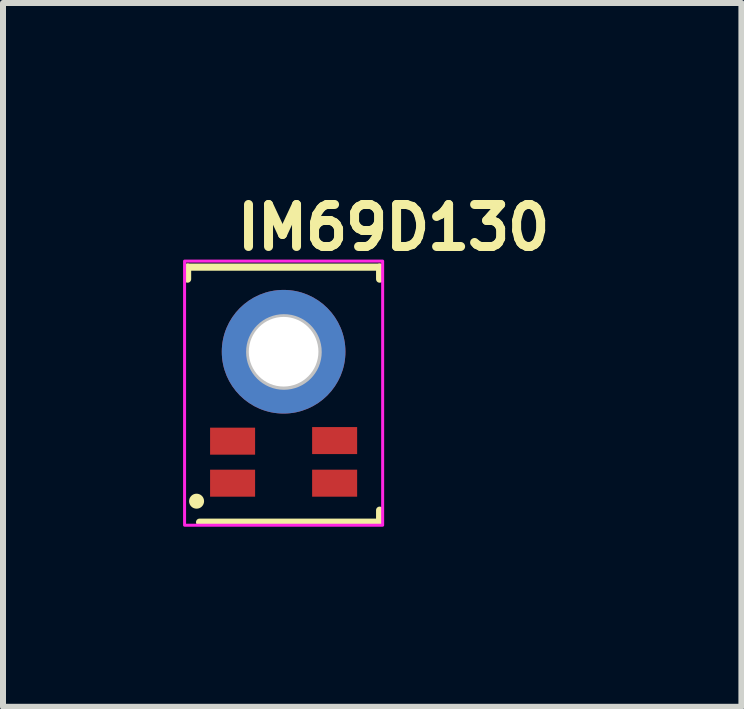
<source format=kicad_pcb>
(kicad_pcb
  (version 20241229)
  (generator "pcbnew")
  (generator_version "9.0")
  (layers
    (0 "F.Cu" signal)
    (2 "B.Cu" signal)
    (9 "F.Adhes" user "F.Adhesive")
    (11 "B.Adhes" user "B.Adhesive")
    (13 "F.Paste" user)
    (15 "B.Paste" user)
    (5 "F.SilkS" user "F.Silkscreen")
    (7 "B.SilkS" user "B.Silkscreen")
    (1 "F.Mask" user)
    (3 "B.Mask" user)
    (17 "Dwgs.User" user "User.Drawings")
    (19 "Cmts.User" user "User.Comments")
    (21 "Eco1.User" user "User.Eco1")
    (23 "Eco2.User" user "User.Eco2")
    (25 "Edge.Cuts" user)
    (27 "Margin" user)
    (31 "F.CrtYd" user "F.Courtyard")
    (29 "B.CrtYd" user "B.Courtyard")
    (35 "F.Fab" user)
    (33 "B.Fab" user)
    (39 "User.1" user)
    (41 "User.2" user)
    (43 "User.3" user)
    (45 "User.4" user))
  (footprint "IM69D130"
    (layer "F.Cu")
    (at 0.825 5)
    (property "Reference" "IM69D130" (at 0 -3.85 0) (layer "F.SilkS") (effects (font (size 0.7 0.7) (thickness 0.15)) (justify left bottom)))
    (attr through_hole)
    (fp_line (start -0.75 -3.6) (end 2.45 -3.6) (stroke (width 0.12) (type default)) (layer "F.SilkS"))
    (fp_line (start -0.75 -3.4) (end -0.75 -3.6) (stroke (width 0.12) (type default)) (layer "F.SilkS"))
    (fp_line (start 2.45 -3.6) (end 2.45 -3.4) (stroke (width 0.12) (type default)) (layer "F.SilkS"))
    (fp_line (start 2.45 0.45) (end 2.45 0.65) (stroke (width 0.12) (type default)) (layer "F.SilkS"))
    (fp_line (start 2.45 0.65) (end -0.55 0.65) (stroke (width 0.12) (type default)) (layer "F.SilkS"))
    (fp_circle (center -0.6 0.3) (end -0.6 0.35) (stroke (width 0.15) (type solid)) (fill yes) (layer "F.SilkS"))
    (fp_circle (center 0.855 -2.186) (end 0.855 -2.766) (stroke (width 0.1) (type solid)) (fill no) (layer "Dwgs.User"))
    (fp_circle (center 0.855 -2.186) (end 0.855 -2.586) (stroke (width 0.1) (type solid)) (fill no) (layer "Dwgs.User"))
    (fp_rect (start -0.8 -3.7) (end 2.5 0.7) (stroke (width 0.05) (type solid)) (fill no) (layer "F.CrtYd"))
    (fp_rect (start -0.65 -3.48) (end 2.35 0.52) (stroke (width 0.1) (type solid)) (fill no) (layer "User.5"))
    (fp_line (start -0.65 -3.48) (end -0.65 0.52) (stroke (width 0.02) (type solid)) (layer "User.9"))
    (fp_line (start -0.65 0.52) (end 2.35 0.52) (stroke (width 0.02) (type solid)) (layer "User.9"))
    (fp_line (start -0.35 -2.942) (end -0.349 -2.955) (stroke (width 0.02) (type solid)) (layer "User.9"))
    (fp_line (start -0.35 -2.942) (end -0.349 -2.955) (stroke (width 0.02) (type solid)) (layer "User.9"))
    (fp_line (start -0.35 -2.93) (end -0.35 -2.942) (stroke (width 0.02) (type solid)) (layer "User.9"))
    (fp_line (start -0.35 -2.93) (end -0.35 -2.942) (stroke (width 0.02) (type solid)) (layer "User.9"))
    (fp_line (start -0.35 -2.93) (end -0.35 -0.03) (stroke (width 0.02) (type solid)) (layer "User.9"))
    (fp_line (start -0.35 -2.93) (end -0.1 -2.93) (stroke (width 0.02) (type solid)) (layer "User.9"))
    (fp_line (start -0.35 -0.018) (end -0.35 -0.03) (stroke (width 0.02) (type solid)) (layer "User.9"))
    (fp_line (start -0.35 -0.018) (end -0.35 -0.03) (stroke (width 0.02) (type solid)) (layer "User.9"))
    (fp_line (start -0.349 -2.955) (end -0.347 -2.967) (stroke (width 0.02) (type solid)) (layer "User.9"))
    (fp_line (start -0.349 -2.955) (end -0.347 -2.967) (stroke (width 0.02) (type solid)) (layer "User.9"))
    (fp_line (start -0.349 -0.005) (end -0.35 -0.018) (stroke (width 0.02) (type solid)) (layer "User.9"))
    (fp_line (start -0.349 -0.005) (end -0.35 -0.018) (stroke (width 0.02) (type solid)) (layer "User.9"))
    (fp_line (start -0.347 -2.967) (end -0.345 -2.979) (stroke (width 0.02) (type solid)) (layer "User.9"))
    (fp_line (start -0.347 -2.967) (end -0.345 -2.979) (stroke (width 0.02) (type solid)) (layer "User.9"))
    (fp_line (start -0.347 0.007) (end -0.349 -0.005) (stroke (width 0.02) (type solid)) (layer "User.9"))
    (fp_line (start -0.347 0.007) (end -0.349 -0.005) (stroke (width 0.02) (type solid)) (layer "User.9"))
    (fp_line (start -0.345 -2.979) (end -0.342 -2.991) (stroke (width 0.02) (type solid)) (layer "User.9"))
    (fp_line (start -0.345 -2.979) (end -0.342 -2.991) (stroke (width 0.02) (type solid)) (layer "User.9"))
    (fp_line (start -0.345 0.019) (end -0.347 0.007) (stroke (width 0.02) (type solid)) (layer "User.9"))
    (fp_line (start -0.345 0.019) (end -0.347 0.007) (stroke (width 0.02) (type solid)) (layer "User.9"))
    (fp_line (start -0.342 -2.991) (end -0.339 -3.003) (stroke (width 0.02) (type solid)) (layer "User.9"))
    (fp_line (start -0.342 -2.991) (end -0.339 -3.003) (stroke (width 0.02) (type solid)) (layer "User.9"))
    (fp_line (start -0.342 0.031) (end -0.345 0.019) (stroke (width 0.02) (type solid)) (layer "User.9"))
    (fp_line (start -0.342 0.031) (end -0.345 0.019) (stroke (width 0.02) (type solid)) (layer "User.9"))
    (fp_line (start -0.339 -3.003) (end -0.335 -3.014) (stroke (width 0.02) (type solid)) (layer "User.9"))
    (fp_line (start -0.339 -3.003) (end -0.335 -3.014) (stroke (width 0.02) (type solid)) (layer "User.9"))
    (fp_line (start -0.339 0.043) (end -0.342 0.031) (stroke (width 0.02) (type solid)) (layer "User.9"))
    (fp_line (start -0.339 0.043) (end -0.342 0.031) (stroke (width 0.02) (type solid)) (layer "User.9"))
    (fp_line (start -0.335 -3.014) (end -0.331 -3.026) (stroke (width 0.02) (type solid)) (layer "User.9"))
    (fp_line (start -0.335 -3.014) (end -0.331 -3.026) (stroke (width 0.02) (type solid)) (layer "User.9"))
    (fp_line (start -0.335 0.054) (end -0.339 0.043) (stroke (width 0.02) (type solid)) (layer "User.9"))
    (fp_line (start -0.335 0.054) (end -0.339 0.043) (stroke (width 0.02) (type solid)) (layer "User.9"))
    (fp_line (start -0.331 -3.026) (end -0.326 -3.037) (stroke (width 0.02) (type solid)) (layer "User.9"))
    (fp_line (start -0.331 -3.026) (end -0.326 -3.037) (stroke (width 0.02) (type solid)) (layer "User.9"))
    (fp_line (start -0.331 0.066) (end -0.335 0.054) (stroke (width 0.02) (type solid)) (layer "User.9"))
    (fp_line (start -0.331 0.066) (end -0.335 0.054) (stroke (width 0.02) (type solid)) (layer "User.9"))
    (fp_line (start -0.326 -3.037) (end -0.321 -3.048) (stroke (width 0.02) (type solid)) (layer "User.9"))
    (fp_line (start -0.326 -3.037) (end -0.321 -3.048) (stroke (width 0.02) (type solid)) (layer "User.9"))
    (fp_line (start -0.326 0.077) (end -0.331 0.066) (stroke (width 0.02) (type solid)) (layer "User.9"))
    (fp_line (start -0.326 0.077) (end -0.331 0.066) (stroke (width 0.02) (type solid)) (layer "User.9"))
    (fp_line (start -0.321 -3.048) (end -0.315 -3.058) (stroke (width 0.02) (type solid)) (layer "User.9"))
    (fp_line (start -0.321 -3.048) (end -0.315 -3.058) (stroke (width 0.02) (type solid)) (layer "User.9"))
    (fp_line (start -0.321 0.088) (end -0.326 0.077) (stroke (width 0.02) (type solid)) (layer "User.9"))
    (fp_line (start -0.321 0.088) (end -0.326 0.077) (stroke (width 0.02) (type solid)) (layer "User.9"))
    (fp_line (start -0.315 -3.058) (end -0.308 -3.069) (stroke (width 0.02) (type solid)) (layer "User.9"))
    (fp_line (start -0.315 -3.058) (end -0.308 -3.069) (stroke (width 0.02) (type solid)) (layer "User.9"))
    (fp_line (start -0.315 0.098) (end -0.321 0.088) (stroke (width 0.02) (type solid)) (layer "User.9"))
    (fp_line (start -0.315 0.098) (end -0.321 0.088) (stroke (width 0.02) (type solid)) (layer "User.9"))
    (fp_line (start -0.308 -3.069) (end -0.301 -3.079) (stroke (width 0.02) (type solid)) (layer "User.9"))
    (fp_line (start -0.308 -3.069) (end -0.301 -3.079) (stroke (width 0.02) (type solid)) (layer "User.9"))
    (fp_line (start -0.308 0.109) (end -0.315 0.098) (stroke (width 0.02) (type solid)) (layer "User.9"))
    (fp_line (start -0.308 0.109) (end -0.315 0.098) (stroke (width 0.02) (type solid)) (layer "User.9"))
    (fp_line (start -0.301 -3.079) (end -0.293 -3.088) (stroke (width 0.02) (type solid)) (layer "User.9"))
    (fp_line (start -0.301 -3.079) (end -0.293 -3.088) (stroke (width 0.02) (type solid)) (layer "User.9"))
    (fp_line (start -0.301 0.119) (end -0.308 0.109) (stroke (width 0.02) (type solid)) (layer "User.9"))
    (fp_line (start -0.301 0.119) (end -0.308 0.109) (stroke (width 0.02) (type solid)) (layer "User.9"))
    (fp_line (start -0.293 -3.088) (end -0.285 -3.098) (stroke (width 0.02) (type solid)) (layer "User.9"))
    (fp_line (start -0.293 -3.088) (end -0.285 -3.098) (stroke (width 0.02) (type solid)) (layer "User.9"))
    (fp_line (start -0.293 0.128) (end -0.301 0.119) (stroke (width 0.02) (type solid)) (layer "User.9"))
    (fp_line (start -0.293 0.128) (end -0.301 0.119) (stroke (width 0.02) (type solid)) (layer "User.9"))
    (fp_line (start -0.285 -3.098) (end -0.277 -3.107) (stroke (width 0.02) (type solid)) (layer "User.9"))
    (fp_line (start -0.285 -3.098) (end -0.277 -3.107) (stroke (width 0.02) (type solid)) (layer "User.9"))
    (fp_line (start -0.285 0.138) (end -0.293 0.128) (stroke (width 0.02) (type solid)) (layer "User.9"))
    (fp_line (start -0.285 0.138) (end -0.293 0.128) (stroke (width 0.02) (type solid)) (layer "User.9"))
    (fp_line (start -0.277 -3.107) (end -0.268 -3.115) (stroke (width 0.02) (type solid)) (layer "User.9"))
    (fp_line (start -0.277 -3.107) (end -0.268 -3.115) (stroke (width 0.02) (type solid)) (layer "User.9"))
    (fp_line (start -0.277 0.147) (end -0.285 0.138) (stroke (width 0.02) (type solid)) (layer "User.9"))
    (fp_line (start -0.277 0.147) (end -0.285 0.138) (stroke (width 0.02) (type solid)) (layer "User.9"))
    (fp_line (start -0.268 -3.115) (end -0.258 -3.123) (stroke (width 0.02) (type solid)) (layer "User.9"))
    (fp_line (start -0.268 -3.115) (end -0.258 -3.123) (stroke (width 0.02) (type solid)) (layer "User.9"))
    (fp_line (start -0.268 0.155) (end -0.277 0.147) (stroke (width 0.02) (type solid)) (layer "User.9"))
    (fp_line (start -0.268 0.155) (end -0.277 0.147) (stroke (width 0.02) (type solid)) (layer "User.9"))
    (fp_line (start -0.258 -3.123) (end -0.249 -3.131) (stroke (width 0.02) (type solid)) (layer "User.9"))
    (fp_line (start -0.258 -3.123) (end -0.249 -3.131) (stroke (width 0.02) (type solid)) (layer "User.9"))
    (fp_line (start -0.258 0.163) (end -0.268 0.155) (stroke (width 0.02) (type solid)) (layer "User.9"))
    (fp_line (start -0.258 0.163) (end -0.268 0.155) (stroke (width 0.02) (type solid)) (layer "User.9"))
    (fp_line (start -0.249 -3.131) (end -0.239 -3.138) (stroke (width 0.02) (type solid)) (layer "User.9"))
    (fp_line (start -0.249 -3.131) (end -0.239 -3.138) (stroke (width 0.02) (type solid)) (layer "User.9"))
    (fp_line (start -0.249 0.171) (end -0.258 0.163) (stroke (width 0.02) (type solid)) (layer "User.9"))
    (fp_line (start -0.249 0.171) (end -0.258 0.163) (stroke (width 0.02) (type solid)) (layer "User.9"))
    (fp_line (start -0.239 -3.138) (end -0.228 -3.145) (stroke (width 0.02) (type solid)) (layer "User.9"))
    (fp_line (start -0.239 -3.138) (end -0.228 -3.145) (stroke (width 0.02) (type solid)) (layer "User.9"))
    (fp_line (start -0.239 0.178) (end -0.249 0.171) (stroke (width 0.02) (type solid)) (layer "User.9"))
    (fp_line (start -0.239 0.178) (end -0.249 0.171) (stroke (width 0.02) (type solid)) (layer "User.9"))
    (fp_line (start -0.228 -3.145) (end -0.218 -3.151) (stroke (width 0.02) (type solid)) (layer "User.9"))
    (fp_line (start -0.228 -3.145) (end -0.218 -3.151) (stroke (width 0.02) (type solid)) (layer "User.9"))
    (fp_line (start -0.228 0.185) (end -0.239 0.178) (stroke (width 0.02) (type solid)) (layer "User.9"))
    (fp_line (start -0.228 0.185) (end -0.239 0.178) (stroke (width 0.02) (type solid)) (layer "User.9"))
    (fp_line (start -0.218 -3.151) (end -0.207 -3.156) (stroke (width 0.02) (type solid)) (layer "User.9"))
    (fp_line (start -0.218 -3.151) (end -0.207 -3.156) (stroke (width 0.02) (type solid)) (layer "User.9"))
    (fp_line (start -0.218 0.191) (end -0.228 0.185) (stroke (width 0.02) (type solid)) (layer "User.9"))
    (fp_line (start -0.218 0.191) (end -0.228 0.185) (stroke (width 0.02) (type solid)) (layer "User.9"))
    (fp_line (start -0.207 -3.156) (end -0.196 -3.161) (stroke (width 0.02) (type solid)) (layer "User.9"))
    (fp_line (start -0.207 -3.156) (end -0.196 -3.161) (stroke (width 0.02) (type solid)) (layer "User.9"))
    (fp_line (start -0.207 0.196) (end -0.218 0.191) (stroke (width 0.02) (type solid)) (layer "User.9"))
    (fp_line (start -0.207 0.196) (end -0.218 0.191) (stroke (width 0.02) (type solid)) (layer "User.9"))
    (fp_line (start -0.196 -3.161) (end -0.184 -3.165) (stroke (width 0.02) (type solid)) (layer "User.9"))
    (fp_line (start -0.196 -3.161) (end -0.184 -3.165) (stroke (width 0.02) (type solid)) (layer "User.9"))
    (fp_line (start -0.196 0.201) (end -0.207 0.196) (stroke (width 0.02) (type solid)) (layer "User.9"))
    (fp_line (start -0.196 0.201) (end -0.207 0.196) (stroke (width 0.02) (type solid)) (layer "User.9"))
    (fp_line (start -0.184 -3.165) (end -0.173 -3.169) (stroke (width 0.02) (type solid)) (layer "User.9"))
    (fp_line (start -0.184 -3.165) (end -0.173 -3.169) (stroke (width 0.02) (type solid)) (layer "User.9"))
    (fp_line (start -0.184 0.205) (end -0.196 0.201) (stroke (width 0.02) (type solid)) (layer "User.9"))
    (fp_line (start -0.184 0.205) (end -0.196 0.201) (stroke (width 0.02) (type solid)) (layer "User.9"))
    (fp_line (start -0.173 -3.169) (end -0.161 -3.172) (stroke (width 0.02) (type solid)) (layer "User.9"))
    (fp_line (start -0.173 -3.169) (end -0.161 -3.172) (stroke (width 0.02) (type solid)) (layer "User.9"))
    (fp_line (start -0.173 0.209) (end -0.184 0.205) (stroke (width 0.02) (type solid)) (layer "User.9"))
    (fp_line (start -0.173 0.209) (end -0.184 0.205) (stroke (width 0.02) (type solid)) (layer "User.9"))
    (fp_line (start -0.161 -3.172) (end -0.149 -3.175) (stroke (width 0.02) (type solid)) (layer "User.9"))
    (fp_line (start -0.161 -3.172) (end -0.149 -3.175) (stroke (width 0.02) (type solid)) (layer "User.9"))
    (fp_line (start -0.161 0.212) (end -0.173 0.209) (stroke (width 0.02) (type solid)) (layer "User.9"))
    (fp_line (start -0.161 0.212) (end -0.173 0.209) (stroke (width 0.02) (type solid)) (layer "User.9"))
    (fp_line (start -0.149 -3.175) (end -0.137 -3.177) (stroke (width 0.02) (type solid)) (layer "User.9"))
    (fp_line (start -0.149 -3.175) (end -0.137 -3.177) (stroke (width 0.02) (type solid)) (layer "User.9"))
    (fp_line (start -0.149 0.215) (end -0.161 0.212) (stroke (width 0.02) (type solid)) (layer "User.9"))
    (fp_line (start -0.149 0.215) (end -0.161 0.212) (stroke (width 0.02) (type solid)) (layer "User.9"))
    (fp_line (start -0.137 -3.177) (end -0.125 -3.179) (stroke (width 0.02) (type solid)) (layer "User.9"))
    (fp_line (start -0.137 -3.177) (end -0.125 -3.179) (stroke (width 0.02) (type solid)) (layer "User.9"))
    (fp_line (start -0.137 0.217) (end -0.149 0.215) (stroke (width 0.02) (type solid)) (layer "User.9"))
    (fp_line (start -0.137 0.217) (end -0.149 0.215) (stroke (width 0.02) (type solid)) (layer "User.9"))
    (fp_line (start -0.125 -3.179) (end -0.112 -3.18) (stroke (width 0.02) (type solid)) (layer "User.9"))
    (fp_line (start -0.125 -3.179) (end -0.112 -3.18) (stroke (width 0.02) (type solid)) (layer "User.9"))
    (fp_line (start -0.125 0.219) (end -0.137 0.217) (stroke (width 0.02) (type solid)) (layer "User.9"))
    (fp_line (start -0.125 0.219) (end -0.137 0.217) (stroke (width 0.02) (type solid)) (layer "User.9"))
    (fp_line (start -0.112 -3.18) (end -0.1 -3.18) (stroke (width 0.02) (type solid)) (layer "User.9"))
    (fp_line (start -0.112 -3.18) (end -0.1 -3.18) (stroke (width 0.02) (type solid)) (layer "User.9"))
    (fp_line (start -0.112 0.22) (end -0.125 0.219) (stroke (width 0.02) (type solid)) (layer "User.9"))
    (fp_line (start -0.112 0.22) (end -0.125 0.219) (stroke (width 0.02) (type solid)) (layer "User.9"))
    (fp_line (start -0.1 -2.93) (end -0.1 -3.18) (stroke (width 0.02) (type solid)) (layer "User.9"))
    (fp_line (start -0.1 -0.03) (end -0.35 -0.03) (stroke (width 0.02) (type solid)) (layer "User.9"))
    (fp_line (start -0.1 0.22) (end -0.112 0.22) (stroke (width 0.02) (type solid)) (layer "User.9"))
    (fp_line (start -0.1 0.22) (end -0.112 0.22) (stroke (width 0.02) (type solid)) (layer "User.9"))
    (fp_line (start -0.1 0.22) (end -0.1 -0.03) (stroke (width 0.02) (type solid)) (layer "User.9"))
    (fp_line (start -0.1 0.22) (end 1.8 0.22) (stroke (width 0.02) (type solid)) (layer "User.9"))
    (fp_line (start 0.225 -0.486) (end 0.225 -0.48) (stroke (width 0.02) (type solid)) (layer "User.9"))
    (fp_line (start 0.225 -0.48) (end 0.225 -0.474) (stroke (width 0.02) (type solid)) (layer "User.9"))
    (fp_line (start 0.225 -0.474) (end 0.226 -0.467) (stroke (width 0.02) (type solid)) (layer "User.9"))
    (fp_line (start 0.226 -0.499) (end 0.226 -0.493) (stroke (width 0.02) (type solid)) (layer "User.9"))
    (fp_line (start 0.226 -0.493) (end 0.225 -0.486) (stroke (width 0.02) (type solid)) (layer "User.9"))
    (fp_line (start 0.226 -0.467) (end 0.226 -0.461) (stroke (width 0.02) (type solid)) (layer "User.9"))
    (fp_line (start 0.226 -0.461) (end 0.228 -0.455) (stroke (width 0.02) (type solid)) (layer "User.9"))
    (fp_line (start 0.228 -0.505) (end 0.226 -0.499) (stroke (width 0.02) (type solid)) (layer "User.9"))
    (fp_line (start 0.228 -0.455) (end 0.229 -0.449) (stroke (width 0.02) (type solid)) (layer "User.9"))
    (fp_line (start 0.229 -0.511) (end 0.228 -0.505) (stroke (width 0.02) (type solid)) (layer "User.9"))
    (fp_line (start 0.229 -0.449) (end 0.231 -0.443) (stroke (width 0.02) (type solid)) (layer "User.9"))
    (fp_line (start 0.231 -0.517) (end 0.229 -0.511) (stroke (width 0.02) (type solid)) (layer "User.9"))
    (fp_line (start 0.231 -0.443) (end 0.233 -0.437) (stroke (width 0.02) (type solid)) (layer "User.9"))
    (fp_line (start 0.233 -0.523) (end 0.231 -0.517) (stroke (width 0.02) (type solid)) (layer "User.9"))
    (fp_line (start 0.233 -0.437) (end 0.235 -0.431) (stroke (width 0.02) (type solid)) (layer "User.9"))
    (fp_line (start 0.235 -0.529) (end 0.233 -0.523) (stroke (width 0.02) (type solid)) (layer "User.9"))
    (fp_line (start 0.235 -0.431) (end 0.237 -0.426) (stroke (width 0.02) (type solid)) (layer "User.9"))
    (fp_line (start 0.237 -0.534) (end 0.235 -0.529) (stroke (width 0.02) (type solid)) (layer "User.9"))
    (fp_line (start 0.237 -0.426) (end 0.24 -0.42) (stroke (width 0.02) (type solid)) (layer "User.9"))
    (fp_line (start 0.24 -0.54) (end 0.237 -0.534) (stroke (width 0.02) (type solid)) (layer "User.9"))
    (fp_line (start 0.24 -0.42) (end 0.243 -0.415) (stroke (width 0.02) (type solid)) (layer "User.9"))
    (fp_line (start 0.243 -0.545) (end 0.24 -0.54) (stroke (width 0.02) (type solid)) (layer "User.9"))
    (fp_line (start 0.243 -0.415) (end 0.246 -0.41) (stroke (width 0.02) (type solid)) (layer "User.9"))
    (fp_line (start 0.246 -0.55) (end 0.243 -0.545) (stroke (width 0.02) (type solid)) (layer "User.9"))
    (fp_line (start 0.246 -0.41) (end 0.25 -0.405) (stroke (width 0.02) (type solid)) (layer "User.9"))
    (fp_line (start 0.25 -0.555) (end 0.246 -0.55) (stroke (width 0.02) (type solid)) (layer "User.9"))
    (fp_line (start 0.25 -0.405) (end 0.254 -0.4) (stroke (width 0.02) (type solid)) (layer "User.9"))
    (fp_line (start 0.254 -0.56) (end 0.25 -0.555) (stroke (width 0.02) (type solid)) (layer "User.9"))
    (fp_line (start 0.254 -0.4) (end 0.257 -0.396) (stroke (width 0.02) (type solid)) (layer "User.9"))
    (fp_line (start 0.257 -0.564) (end 0.254 -0.56) (stroke (width 0.02) (type solid)) (layer "User.9"))
    (fp_line (start 0.257 -0.396) (end 0.262 -0.392) (stroke (width 0.02) (type solid)) (layer "User.9"))
    (fp_line (start 0.262 -0.568) (end 0.257 -0.564) (stroke (width 0.02) (type solid)) (layer "User.9"))
    (fp_line (start 0.262 -0.392) (end 0.266 -0.387) (stroke (width 0.02) (type solid)) (layer "User.9"))
    (fp_line (start 0.266 -0.573) (end 0.262 -0.568) (stroke (width 0.02) (type solid)) (layer "User.9"))
    (fp_line (start 0.266 -0.387) (end 0.27 -0.384) (stroke (width 0.02) (type solid)) (layer "User.9"))
    (fp_line (start 0.27 -0.576) (end 0.266 -0.573) (stroke (width 0.02) (type solid)) (layer "User.9"))
    (fp_line (start 0.27 -0.384) (end 0.275 -0.38) (stroke (width 0.02) (type solid)) (layer "User.9"))
    (fp_line (start 0.275 -0.58) (end 0.27 -0.576) (stroke (width 0.02) (type solid)) (layer "User.9"))
    (fp_line (start 0.275 -0.38) (end 0.28 -0.376) (stroke (width 0.02) (type solid)) (layer "User.9"))
    (fp_line (start 0.28 -0.584) (end 0.275 -0.58) (stroke (width 0.02) (type solid)) (layer "User.9"))
    (fp_line (start 0.28 -0.376) (end 0.285 -0.373) (stroke (width 0.02) (type solid)) (layer "User.9"))
    (fp_line (start 0.285 -0.587) (end 0.28 -0.584) (stroke (width 0.02) (type solid)) (layer "User.9"))
    (fp_line (start 0.285 -0.373) (end 0.29 -0.37) (stroke (width 0.02) (type solid)) (layer "User.9"))
    (fp_line (start 0.29 -0.59) (end 0.285 -0.587) (stroke (width 0.02) (type solid)) (layer "User.9"))
    (fp_line (start 0.29 -0.37) (end 0.296 -0.367) (stroke (width 0.02) (type solid)) (layer "User.9"))
    (fp_line (start 0.296 -0.593) (end 0.29 -0.59) (stroke (width 0.02) (type solid)) (layer "User.9"))
    (fp_line (start 0.296 -0.367) (end 0.301 -0.365) (stroke (width 0.02) (type solid)) (layer "User.9"))
    (fp_line (start 0.301 -0.595) (end 0.296 -0.593) (stroke (width 0.02) (type solid)) (layer "User.9"))
    (fp_line (start 0.301 -0.365) (end 0.307 -0.363) (stroke (width 0.02) (type solid)) (layer "User.9"))
    (fp_line (start 0.307 -0.597) (end 0.301 -0.595) (stroke (width 0.02) (type solid)) (layer "User.9"))
    (fp_line (start 0.307 -0.363) (end 0.313 -0.361) (stroke (width 0.02) (type solid)) (layer "User.9"))
    (fp_line (start 0.313 -0.599) (end 0.307 -0.597) (stroke (width 0.02) (type solid)) (layer "User.9"))
    (fp_line (start 0.313 -0.361) (end 0.319 -0.359) (stroke (width 0.02) (type solid)) (layer "User.9"))
    (fp_line (start 0.319 -0.601) (end 0.313 -0.599) (stroke (width 0.02) (type solid)) (layer "User.9"))
    (fp_line (start 0.319 -0.359) (end 0.325 -0.358) (stroke (width 0.02) (type solid)) (layer "User.9"))
    (fp_line (start 0.325 -0.602) (end 0.319 -0.601) (stroke (width 0.02) (type solid)) (layer "User.9"))
    (fp_line (start 0.325 -0.358) (end 0.331 -0.356) (stroke (width 0.02) (type solid)) (layer "User.9"))
    (fp_line (start 0.331 -0.604) (end 0.325 -0.602) (stroke (width 0.02) (type solid)) (layer "User.9"))
    (fp_line (start 0.331 -0.356) (end 0.337 -0.356) (stroke (width 0.02) (type solid)) (layer "User.9"))
    (fp_line (start 0.337 -0.604) (end 0.331 -0.604) (stroke (width 0.02) (type solid)) (layer "User.9"))
    (fp_line (start 0.337 -0.356) (end 0.344 -0.355) (stroke (width 0.02) (type solid)) (layer "User.9"))
    (fp_line (start 0.344 -0.605) (end 0.337 -0.604) (stroke (width 0.02) (type solid)) (layer "User.9"))
    (fp_line (start 0.344 -0.355) (end 0.35 -0.355) (stroke (width 0.02) (type solid)) (layer "User.9"))
    (fp_line (start 0.35 -0.605) (end 0.344 -0.605) (stroke (width 0.02) (type solid)) (layer "User.9"))
    (fp_line (start 0.35 -0.355) (end 0.356 -0.355) (stroke (width 0.02) (type solid)) (layer "User.9"))
    (fp_line (start 0.356 -0.605) (end 0.35 -0.605) (stroke (width 0.02) (type solid)) (layer "User.9"))
    (fp_line (start 0.356 -0.355) (end 0.363 -0.356) (stroke (width 0.02) (type solid)) (layer "User.9"))
    (fp_line (start 0.363 -0.604) (end 0.356 -0.605) (stroke (width 0.02) (type solid)) (layer "User.9"))
    (fp_line (start 0.363 -0.356) (end 0.369 -0.356) (stroke (width 0.02) (type solid)) (layer "User.9"))
    (fp_line (start 0.369 -0.604) (end 0.363 -0.604) (stroke (width 0.02) (type solid)) (layer "User.9"))
    (fp_line (start 0.369 -0.356) (end 0.375 -0.358) (stroke (width 0.02) (type solid)) (layer "User.9"))
    (fp_line (start 0.375 -0.602) (end 0.369 -0.604) (stroke (width 0.02) (type solid)) (layer "User.9"))
    (fp_line (start 0.375 -0.358) (end 0.381 -0.359) (stroke (width 0.02) (type solid)) (layer "User.9"))
    (fp_line (start 0.381 -0.601) (end 0.375 -0.602) (stroke (width 0.02) (type solid)) (layer "User.9"))
    (fp_line (start 0.381 -0.359) (end 0.387 -0.361) (stroke (width 0.02) (type solid)) (layer "User.9"))
    (fp_line (start 0.387 -0.599) (end 0.381 -0.601) (stroke (width 0.02) (type solid)) (layer "User.9"))
    (fp_line (start 0.387 -0.361) (end 0.393 -0.363) (stroke (width 0.02) (type solid)) (layer "User.9"))
    (fp_line (start 0.393 -0.597) (end 0.387 -0.599) (stroke (width 0.02) (type solid)) (layer "User.9"))
    (fp_line (start 0.393 -0.363) (end 0.399 -0.365) (stroke (width 0.02) (type solid)) (layer "User.9"))
    (fp_line (start 0.399 -0.595) (end 0.393 -0.597) (stroke (width 0.02) (type solid)) (layer "User.9"))
    (fp_line (start 0.399 -0.365) (end 0.404 -0.367) (stroke (width 0.02) (type solid)) (layer "User.9"))
    (fp_line (start 0.404 -0.593) (end 0.399 -0.595) (stroke (width 0.02) (type solid)) (layer "User.9"))
    (fp_line (start 0.404 -0.367) (end 0.41 -0.37) (stroke (width 0.02) (type solid)) (layer "User.9"))
    (fp_line (start 0.41 -0.59) (end 0.404 -0.593) (stroke (width 0.02) (type solid)) (layer "User.9"))
    (fp_line (start 0.41 -0.37) (end 0.415 -0.373) (stroke (width 0.02) (type solid)) (layer "User.9"))
    (fp_line (start 0.415 -0.587) (end 0.41 -0.59) (stroke (width 0.02) (type solid)) (layer "User.9"))
    (fp_line (start 0.415 -0.373) (end 0.42 -0.376) (stroke (width 0.02) (type solid)) (layer "User.9"))
    (fp_line (start 0.42 -0.584) (end 0.415 -0.587) (stroke (width 0.02) (type solid)) (layer "User.9"))
    (fp_line (start 0.42 -0.376) (end 0.425 -0.38) (stroke (width 0.02) (type solid)) (layer "User.9"))
    (fp_line (start 0.425 -0.58) (end 0.42 -0.584) (stroke (width 0.02) (type solid)) (layer "User.9"))
    (fp_line (start 0.425 -0.38) (end 0.43 -0.384) (stroke (width 0.02) (type solid)) (layer "User.9"))
    (fp_line (start 0.43 -0.576) (end 0.425 -0.58) (stroke (width 0.02) (type solid)) (layer "User.9"))
    (fp_line (start 0.43 -0.384) (end 0.434 -0.387) (stroke (width 0.02) (type solid)) (layer "User.9"))
    (fp_line (start 0.434 -0.573) (end 0.43 -0.576) (stroke (width 0.02) (type solid)) (layer "User.9"))
    (fp_line (start 0.434 -0.387) (end 0.438 -0.392) (stroke (width 0.02) (type solid)) (layer "User.9"))
    (fp_line (start 0.438 -0.568) (end 0.434 -0.573) (stroke (width 0.02) (type solid)) (layer "User.9"))
    (fp_line (start 0.438 -0.392) (end 0.443 -0.396) (stroke (width 0.02) (type solid)) (layer "User.9"))
    (fp_line (start 0.443 -0.564) (end 0.438 -0.568) (stroke (width 0.02) (type solid)) (layer "User.9"))
    (fp_line (start 0.443 -0.396) (end 0.446 -0.4) (stroke (width 0.02) (type solid)) (layer "User.9"))
    (fp_line (start 0.446 -0.56) (end 0.443 -0.564) (stroke (width 0.02) (type solid)) (layer "User.9"))
    (fp_line (start 0.446 -0.4) (end 0.45 -0.405) (stroke (width 0.02) (type solid)) (layer "User.9"))
    (fp_line (start 0.45 -0.555) (end 0.446 -0.56) (stroke (width 0.02) (type solid)) (layer "User.9"))
    (fp_line (start 0.45 -0.405) (end 0.454 -0.41) (stroke (width 0.02) (type solid)) (layer "User.9"))
    (fp_line (start 0.454 -0.55) (end 0.45 -0.555) (stroke (width 0.02) (type solid)) (layer "User.9"))
    (fp_line (start 0.454 -0.41) (end 0.457 -0.415) (stroke (width 0.02) (type solid)) (layer "User.9"))
    (fp_line (start 0.457 -0.545) (end 0.454 -0.55) (stroke (width 0.02) (type solid)) (layer "User.9"))
    (fp_line (start 0.457 -0.415) (end 0.46 -0.42) (stroke (width 0.02) (type solid)) (layer "User.9"))
    (fp_line (start 0.46 -0.54) (end 0.457 -0.545) (stroke (width 0.02) (type solid)) (layer "User.9"))
    (fp_line (start 0.46 -0.42) (end 0.463 -0.426) (stroke (width 0.02) (type solid)) (layer "User.9"))
    (fp_line (start 0.463 -0.534) (end 0.46 -0.54) (stroke (width 0.02) (type solid)) (layer "User.9"))
    (fp_line (start 0.463 -0.426) (end 0.465 -0.431) (stroke (width 0.02) (type solid)) (layer "User.9"))
    (fp_line (start 0.465 -0.529) (end 0.463 -0.534) (stroke (width 0.02) (type solid)) (layer "User.9"))
    (fp_line (start 0.465 -0.431) (end 0.467 -0.437) (stroke (width 0.02) (type solid)) (layer "User.9"))
    (fp_line (start 0.467 -0.523) (end 0.465 -0.529) (stroke (width 0.02) (type solid)) (layer "User.9"))
    (fp_line (start 0.467 -0.437) (end 0.469 -0.443) (stroke (width 0.02) (type solid)) (layer "User.9"))
    (fp_line (start 0.469 -0.517) (end 0.467 -0.523) (stroke (width 0.02) (type solid)) (layer "User.9"))
    (fp_line (start 0.469 -0.443) (end 0.471 -0.449) (stroke (width 0.02) (type solid)) (layer "User.9"))
    (fp_line (start 0.471 -0.511) (end 0.469 -0.517) (stroke (width 0.02) (type solid)) (layer "User.9"))
    (fp_line (start 0.471 -0.449) (end 0.472 -0.455) (stroke (width 0.02) (type solid)) (layer "User.9"))
    (fp_line (start 0.472 -0.505) (end 0.471 -0.511) (stroke (width 0.02) (type solid)) (layer "User.9"))
    (fp_line (start 0.472 -0.455) (end 0.474 -0.461) (stroke (width 0.02) (type solid)) (layer "User.9"))
    (fp_line (start 0.474 -0.499) (end 0.472 -0.505) (stroke (width 0.02) (type solid)) (layer "User.9"))
    (fp_line (start 0.474 -0.493) (end 0.474 -0.499) (stroke (width 0.02) (type solid)) (layer "User.9"))
    (fp_line (start 0.474 -0.467) (end 0.475 -0.474) (stroke (width 0.02) (type solid)) (layer "User.9"))
    (fp_line (start 0.474 -0.461) (end 0.474 -0.467) (stroke (width 0.02) (type solid)) (layer "User.9"))
    (fp_line (start 0.475 -0.486) (end 0.474 -0.493) (stroke (width 0.02) (type solid)) (layer "User.9"))
    (fp_line (start 0.475 -0.48) (end 0.475 -0.486) (stroke (width 0.02) (type solid)) (layer "User.9"))
    (fp_line (start 0.475 -0.474) (end 0.475 -0.48) (stroke (width 0.02) (type solid)) (layer "User.9"))
    (fp_line (start 1.8 -3.18) (end -0.1 -3.18) (stroke (width 0.02) (type solid)) (layer "User.9"))
    (fp_line (start 1.8 -3.18) (end 1.8 -2.93) (stroke (width 0.02) (type solid)) (layer "User.9"))
    (fp_line (start 1.8 -3.18) (end 1.812 -3.18) (stroke (width 0.02) (type solid)) (layer "User.9"))
    (fp_line (start 1.8 -2.93) (end 2.05 -2.93) (stroke (width 0.02) (type solid)) (layer "User.9"))
    (fp_line (start 1.8 -0.03) (end 1.8 0.22) (stroke (width 0.02) (type solid)) (layer "User.9"))
    (fp_line (start 1.8 0.22) (end -0.1 0.22) (stroke (width 0.02) (type solid)) (layer "User.9"))
    (fp_line (start 1.812 -3.18) (end 1.825 -3.179) (stroke (width 0.02) (type solid)) (layer "User.9"))
    (fp_line (start 1.812 0.22) (end 1.8 0.22) (stroke (width 0.02) (type solid)) (layer "User.9"))
    (fp_line (start 1.825 -3.179) (end 1.837 -3.177) (stroke (width 0.02) (type solid)) (layer "User.9"))
    (fp_line (start 1.825 0.219) (end 1.812 0.22) (stroke (width 0.02) (type solid)) (layer "User.9"))
    (fp_line (start 1.837 -3.177) (end 1.849 -3.175) (stroke (width 0.02) (type solid)) (layer "User.9"))
    (fp_line (start 1.837 0.217) (end 1.825 0.219) (stroke (width 0.02) (type solid)) (layer "User.9"))
    (fp_line (start 1.849 -3.175) (end 1.861 -3.172) (stroke (width 0.02) (type solid)) (layer "User.9"))
    (fp_line (start 1.849 0.215) (end 1.837 0.217) (stroke (width 0.02) (type solid)) (layer "User.9"))
    (fp_line (start 1.861 -3.172) (end 1.873 -3.169) (stroke (width 0.02) (type solid)) (layer "User.9"))
    (fp_line (start 1.861 0.212) (end 1.849 0.215) (stroke (width 0.02) (type solid)) (layer "User.9"))
    (fp_line (start 1.873 -3.169) (end 1.884 -3.165) (stroke (width 0.02) (type solid)) (layer "User.9"))
    (fp_line (start 1.873 0.209) (end 1.861 0.212) (stroke (width 0.02) (type solid)) (layer "User.9"))
    (fp_line (start 1.884 -3.165) (end 1.896 -3.161) (stroke (width 0.02) (type solid)) (layer "User.9"))
    (fp_line (start 1.884 0.205) (end 1.873 0.209) (stroke (width 0.02) (type solid)) (layer "User.9"))
    (fp_line (start 1.896 -3.161) (end 1.907 -3.156) (stroke (width 0.02) (type solid)) (layer "User.9"))
    (fp_line (start 1.896 0.201) (end 1.884 0.205) (stroke (width 0.02) (type solid)) (layer "User.9"))
    (fp_line (start 1.907 -3.156) (end 1.918 -3.151) (stroke (width 0.02) (type solid)) (layer "User.9"))
    (fp_line (start 1.907 0.196) (end 1.896 0.201) (stroke (width 0.02) (type solid)) (layer "User.9"))
    (fp_line (start 1.918 -3.151) (end 1.928 -3.145) (stroke (width 0.02) (type solid)) (layer "User.9"))
    (fp_line (start 1.918 0.191) (end 1.907 0.196) (stroke (width 0.02) (type solid)) (layer "User.9"))
    (fp_line (start 1.928 -3.145) (end 1.939 -3.138) (stroke (width 0.02) (type solid)) (layer "User.9"))
    (fp_line (start 1.928 0.185) (end 1.918 0.191) (stroke (width 0.02) (type solid)) (layer "User.9"))
    (fp_line (start 1.939 -3.138) (end 1.949 -3.131) (stroke (width 0.02) (type solid)) (layer "User.9"))
    (fp_line (start 1.939 0.178) (end 1.928 0.185) (stroke (width 0.02) (type solid)) (layer "User.9"))
    (fp_line (start 1.949 -3.131) (end 1.958 -3.123) (stroke (width 0.02) (type solid)) (layer "User.9"))
    (fp_line (start 1.949 0.171) (end 1.939 0.178) (stroke (width 0.02) (type solid)) (layer "User.9"))
    (fp_line (start 1.958 -3.123) (end 1.968 -3.115) (stroke (width 0.02) (type solid)) (layer "User.9"))
    (fp_line (start 1.958 0.163) (end 1.949 0.171) (stroke (width 0.02) (type solid)) (layer "User.9"))
    (fp_line (start 1.968 -3.115) (end 1.977 -3.107) (stroke (width 0.02) (type solid)) (layer "User.9"))
    (fp_line (start 1.968 0.155) (end 1.958 0.163) (stroke (width 0.02) (type solid)) (layer "User.9"))
    (fp_line (start 1.977 -3.107) (end 1.985 -3.098) (stroke (width 0.02) (type solid)) (layer "User.9"))
    (fp_line (start 1.977 0.147) (end 1.968 0.155) (stroke (width 0.02) (type solid)) (layer "User.9"))
    (fp_line (start 1.985 -3.098) (end 1.993 -3.088) (stroke (width 0.02) (type solid)) (layer "User.9"))
    (fp_line (start 1.985 0.138) (end 1.977 0.147) (stroke (width 0.02) (type solid)) (layer "User.9"))
    (fp_line (start 1.993 -3.088) (end 2.001 -3.079) (stroke (width 0.02) (type solid)) (layer "User.9"))
    (fp_line (start 1.993 0.128) (end 1.985 0.138) (stroke (width 0.02) (type solid)) (layer "User.9"))
    (fp_line (start 2.001 -3.079) (end 2.008 -3.069) (stroke (width 0.02) (type solid)) (layer "User.9"))
    (fp_line (start 2.001 0.119) (end 1.993 0.128) (stroke (width 0.02) (type solid)) (layer "User.9"))
    (fp_line (start 2.008 -3.069) (end 2.015 -3.058) (stroke (width 0.02) (type solid)) (layer "User.9"))
    (fp_line (start 2.008 0.109) (end 2.001 0.119) (stroke (width 0.02) (type solid)) (layer "User.9"))
    (fp_line (start 2.015 -3.058) (end 2.021 -3.048) (stroke (width 0.02) (type solid)) (layer "User.9"))
    (fp_line (start 2.015 0.098) (end 2.008 0.109) (stroke (width 0.02) (type solid)) (layer "User.9"))
    (fp_line (start 2.021 -3.048) (end 2.026 -3.037) (stroke (width 0.02) (type solid)) (layer "User.9"))
    (fp_line (start 2.021 0.088) (end 2.015 0.098) (stroke (width 0.02) (type solid)) (layer "User.9"))
    (fp_line (start 2.026 -3.037) (end 2.031 -3.026) (stroke (width 0.02) (type solid)) (layer "User.9"))
    (fp_line (start 2.026 0.077) (end 2.021 0.088) (stroke (width 0.02) (type solid)) (layer "User.9"))
    (fp_line (start 2.031 -3.026) (end 2.035 -3.014) (stroke (width 0.02) (type solid)) (layer "User.9"))
    (fp_line (start 2.031 0.066) (end 2.026 0.077) (stroke (width 0.02) (type solid)) (layer "User.9"))
    (fp_line (start 2.035 -3.014) (end 2.039 -3.003) (stroke (width 0.02) (type solid)) (layer "User.9"))
    (fp_line (start 2.035 0.054) (end 2.031 0.066) (stroke (width 0.02) (type solid)) (layer "User.9"))
    (fp_line (start 2.039 -3.003) (end 2.042 -2.991) (stroke (width 0.02) (type solid)) (layer "User.9"))
    (fp_line (start 2.039 0.043) (end 2.035 0.054) (stroke (width 0.02) (type solid)) (layer "User.9"))
    (fp_line (start 2.042 -2.991) (end 2.045 -2.979) (stroke (width 0.02) (type solid)) (layer "User.9"))
    (fp_line (start 2.042 0.031) (end 2.039 0.043) (stroke (width 0.02) (type solid)) (layer "User.9"))
    (fp_line (start 2.045 -2.979) (end 2.047 -2.967) (stroke (width 0.02) (type solid)) (layer "User.9"))
    (fp_line (start 2.045 0.019) (end 2.042 0.031) (stroke (width 0.02) (type solid)) (layer "User.9"))
    (fp_line (start 2.047 -2.967) (end 2.049 -2.955) (stroke (width 0.02) (type solid)) (layer "User.9"))
    (fp_line (start 2.047 0.007) (end 2.045 0.019) (stroke (width 0.02) (type solid)) (layer "User.9"))
    (fp_line (start 2.049 -2.955) (end 2.05 -2.942) (stroke (width 0.02) (type solid)) (layer "User.9"))
    (fp_line (start 2.049 -0.005) (end 2.047 0.007) (stroke (width 0.02) (type solid)) (layer "User.9"))
    (fp_line (start 2.05 -2.942) (end 2.05 -2.93) (stroke (width 0.02) (type solid)) (layer "User.9"))
    (fp_line (start 2.05 -0.03) (end 1.8 -0.03) (stroke (width 0.02) (type solid)) (layer "User.9"))
    (fp_line (start 2.05 -0.03) (end 2.05 -2.93) (stroke (width 0.02) (type solid)) (layer "User.9"))
    (fp_line (start 2.05 -0.03) (end 2.05 -0.018) (stroke (width 0.02) (type solid)) (layer "User.9"))
    (fp_line (start 2.05 -0.018) (end 2.049 -0.005) (stroke (width 0.02) (type solid)) (layer "User.9"))
    (fp_line (start 2.35 -3.48) (end -0.65 -3.48) (stroke (width 0.02) (type solid)) (layer "User.9"))
    (fp_line (start 2.35 0.52) (end 2.35 -3.48) (stroke (width 0.02) (type solid)) (layer "User.9"))
    (pad "1" smd rect (at 0 0 90) (size 0.45 0.75) (layers "F.Cu" "F.Mask" "F.Paste"))
    (pad "2" smd rect (at 0 -0.7 90) (size 0.45 0.75) (layers "F.Cu" "F.Mask" "F.Paste"))
    (pad "3" smd rect (at 1.7 0 90) (size 0.45 0.75) (layers "F.Cu" "F.Mask" "F.Paste"))
    (pad "4" smd rect (at 1.7 -0.71 90) (size 0.45 0.75) (layers "F.Cu" "F.Mask" "F.Paste"))
    (pad "5" thru_hole circle (at 0.85 -2.19 90) (size 2.06 2.06) (drill 1.16) (layers "*.Mask" "F.Cu")))
  (gr_rect
    (start -3 -3)
    (end 9.302 8.725)
    (stroke (width 0.1) (type default))
    (fill no)
    (layer "Edge.Cuts")))
</source>
